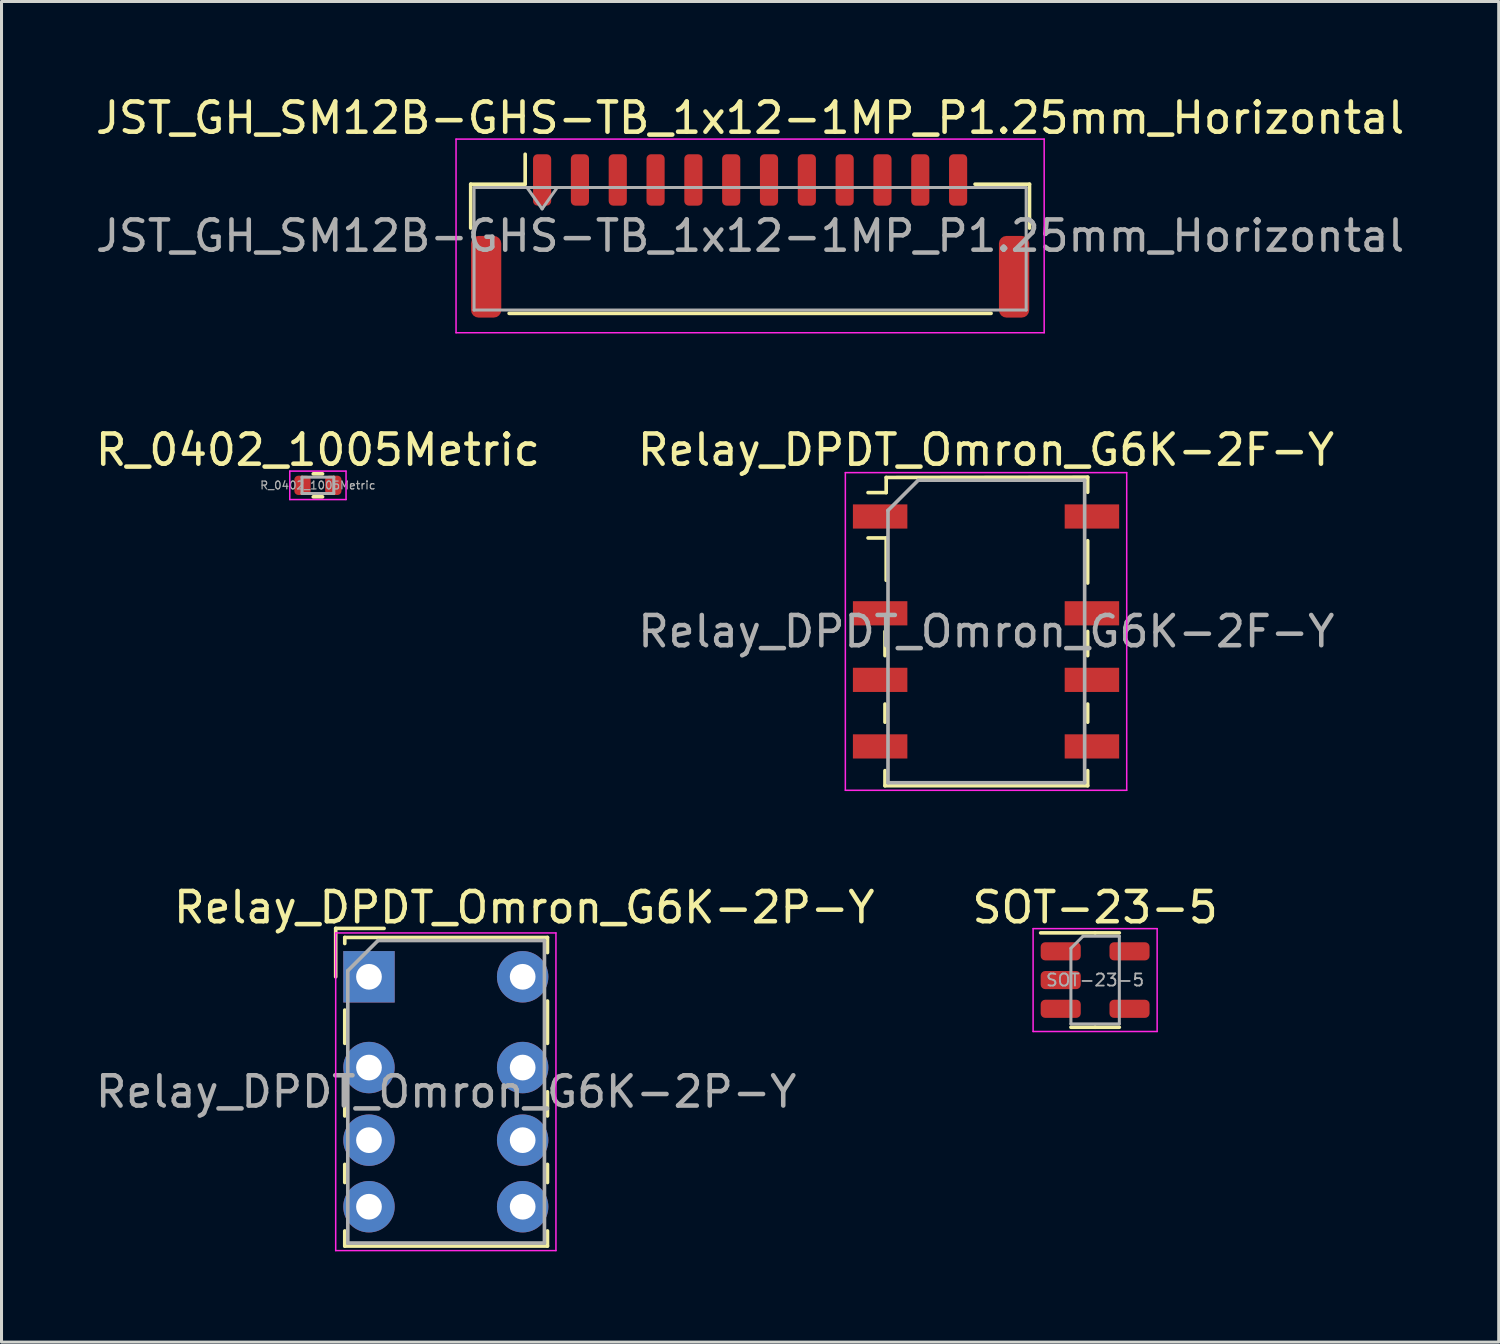
<source format=kicad_pcb>
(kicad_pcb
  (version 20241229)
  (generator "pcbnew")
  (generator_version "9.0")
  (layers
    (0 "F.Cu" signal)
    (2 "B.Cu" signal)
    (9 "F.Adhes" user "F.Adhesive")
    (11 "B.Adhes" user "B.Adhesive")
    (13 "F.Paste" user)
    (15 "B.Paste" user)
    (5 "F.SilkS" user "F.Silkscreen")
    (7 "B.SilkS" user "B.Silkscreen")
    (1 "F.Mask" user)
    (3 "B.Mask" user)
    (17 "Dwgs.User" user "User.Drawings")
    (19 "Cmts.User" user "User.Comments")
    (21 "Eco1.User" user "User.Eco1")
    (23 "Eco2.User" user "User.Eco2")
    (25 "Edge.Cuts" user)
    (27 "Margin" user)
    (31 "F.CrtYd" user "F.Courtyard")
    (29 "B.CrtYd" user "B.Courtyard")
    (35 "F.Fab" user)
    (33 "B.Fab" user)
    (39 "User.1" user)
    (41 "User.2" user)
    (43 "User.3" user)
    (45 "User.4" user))
  (footprint "R_0402_1005Metric"
    (layer "F.Cu")
    (at 7.458 12.992)
    (property "Reference" "R_0402_1005Metric" (at 0 -1.17 180) (layer "F.SilkS") (effects (font (size 1 1) (thickness 0.15))))
    (attr smd)
    (fp_line (start -0.154 -0.38) (end 0.154 -0.38) (stroke (width 0.12) (type solid)) (layer "F.SilkS"))
    (fp_line (start -0.154 0.38) (end 0.154 0.38) (stroke (width 0.12) (type solid)) (layer "F.SilkS"))
    (fp_line (start -0.93 -0.47) (end 0.93 -0.47) (stroke (width 0.05) (type solid)) (layer "F.CrtYd"))
    (fp_line (start -0.93 0.47) (end -0.93 -0.47) (stroke (width 0.05) (type solid)) (layer "F.CrtYd"))
    (fp_line (start 0.93 -0.47) (end 0.93 0.47) (stroke (width 0.05) (type solid)) (layer "F.CrtYd"))
    (fp_line (start 0.93 0.47) (end -0.93 0.47) (stroke (width 0.05) (type solid)) (layer "F.CrtYd"))
    (fp_line (start -0.525 -0.27) (end 0.525 -0.27) (stroke (width 0.1) (type solid)) (layer "F.Fab"))
    (fp_line (start -0.525 0.27) (end -0.525 -0.27) (stroke (width 0.1) (type solid)) (layer "F.Fab"))
    (fp_line (start 0.525 -0.27) (end 0.525 0.27) (stroke (width 0.1) (type solid)) (layer "F.Fab"))
    (fp_line (start 0.525 0.27) (end -0.525 0.27) (stroke (width 0.1) (type solid)) (layer "F.Fab"))
    (fp_text user "${REFERENCE}" (at 0 0 180) (layer "F.Fab") (effects (font (size 0.26 0.26) (thickness 0.04))))
    (pad "1" smd roundrect (at -0.51 0) (size 0.54 0.64) (layers "F.Cu" "F.Mask" "F.Paste") (roundrect_rratio 0.25))
    (pad "2" smd roundrect (at 0.51 0) (size 0.54 0.64) (layers "F.Cu" "F.Mask" "F.Paste") (roundrect_rratio 0.25)))
  (footprint "Relay_DPDT_Omron_G6K-2P-Y"
    (layer "F.Cu")
    (at 9.146 29.237)
    (property "Reference" "Relay_DPDT_Omron_G6K-2P-Y" (at 5.133 -2.292 180) (layer "F.SilkS") (effects (font (size 1 1) (thickness 0.15))))
    (attr through_hole)
    (fp_line (start -1.1 -1.6) (end 0.5 -1.6) (stroke (width 0.12) (type solid)) (layer "F.SilkS"))
    (fp_line (start -1.1 0) (end -1.1 -1.6) (stroke (width 0.12) (type solid)) (layer "F.SilkS"))
    (fp_line (start -0.8 -1.3) (end -0.8 -1.1) (stroke (width 0.12) (type solid)) (layer "F.SilkS"))
    (fp_line (start -0.8 -1.3) (end 5.9 -1.3) (stroke (width 0.12) (type solid)) (layer "F.SilkS"))
    (fp_line (start -0.8 2.2) (end -0.8 1.1) (stroke (width 0.12) (type solid)) (layer "F.SilkS"))
    (fp_line (start -0.8 4.6) (end -0.8 3.8) (stroke (width 0.12) (type solid)) (layer "F.SilkS"))
    (fp_line (start -0.8 6.8) (end -0.8 6.2) (stroke (width 0.12) (type solid)) (layer "F.SilkS"))
    (fp_line (start -0.8 8.9) (end -0.8 8.4) (stroke (width 0.12) (type solid)) (layer "F.SilkS"))
    (fp_line (start 5.9 -1.3) (end 5.9 -0.8) (stroke (width 0.12) (type solid)) (layer "F.SilkS"))
    (fp_line (start 5.9 0.8) (end 5.9 2.2) (stroke (width 0.12) (type solid)) (layer "F.SilkS"))
    (fp_line (start 5.9 3.8) (end 5.9 4.6) (stroke (width 0.12) (type solid)) (layer "F.SilkS"))
    (fp_line (start 5.9 6.2) (end 5.9 6.8) (stroke (width 0.12) (type solid)) (layer "F.SilkS"))
    (fp_line (start 5.9 8.4) (end 5.9 8.9) (stroke (width 0.12) (type solid)) (layer "F.SilkS"))
    (fp_line (start 5.9 8.9) (end -0.8 8.9) (stroke (width 0.12) (type solid)) (layer "F.SilkS"))
    (fp_line (start -1.1 -1.45) (end -1.1 9.05) (stroke (width 0.05) (type solid)) (layer "F.CrtYd"))
    (fp_line (start -1.1 -1.45) (end 6.18 -1.45) (stroke (width 0.05) (type solid)) (layer "F.CrtYd"))
    (fp_line (start 6.18 9.05) (end -1.1 9.05) (stroke (width 0.05) (type solid)) (layer "F.CrtYd"))
    (fp_line (start 6.18 9.05) (end 6.18 -1.45) (stroke (width 0.05) (type solid)) (layer "F.CrtYd"))
    (fp_line (start -0.7 -0.2) (end 0.3 -1.2) (stroke (width 0.12) (type solid)) (layer "F.Fab"))
    (fp_line (start -0.7 8.8) (end -0.7 -0.2) (stroke (width 0.12) (type solid)) (layer "F.Fab"))
    (fp_line (start 0.3 -1.2) (end 5.8 -1.2) (stroke (width 0.12) (type solid)) (layer "F.Fab"))
    (fp_line (start 5.8 -1.2) (end 5.8 8.8) (stroke (width 0.12) (type solid)) (layer "F.Fab"))
    (fp_line (start 5.8 8.8) (end -0.7 8.8) (stroke (width 0.12) (type solid)) (layer "F.Fab"))
    (fp_text user "${REFERENCE}" (at 2.55 3.8 180) (layer "F.Fab") (effects (font (size 1 1) (thickness 0.15))))
    (pad "1" thru_hole rect (at 0 0) (size 1.7 1.7) (drill 0.85) (layers "*.Cu" "*.Mask"))
    (pad "2" thru_hole circle (at 0 3) (size 1.7 1.7) (drill 0.85) (layers "*.Cu" "*.Mask"))
    (pad "3" thru_hole circle (at 0 5.4) (size 1.7 1.7) (drill 0.85) (layers "*.Cu" "*.Mask"))
    (pad "4" thru_hole circle (at 0 7.6) (size 1.7 1.7) (drill 0.85) (layers "*.Cu" "*.Mask"))
    (pad "5" thru_hole circle (at 5.08 7.6) (size 1.7 1.7) (drill 0.85) (layers "*.Cu" "*.Mask"))
    (pad "6" thru_hole circle (at 5.08 5.4) (size 1.7 1.7) (drill 0.85) (layers "*.Cu" "*.Mask"))
    (pad "7" thru_hole circle (at 5.08 3) (size 1.7 1.7) (drill 0.85) (layers "*.Cu" "*.Mask"))
    (pad "8" thru_hole circle (at 5.08 0) (size 1.7 1.7) (drill 0.85) (layers "*.Cu" "*.Mask")))
  (footprint "Relay_DPDT_Omron_G6K-2F-Y"
    (layer "F.Cu")
    (at 29.542 17.822)
    (property "Reference" "Relay_DPDT_Omron_G6K-2F-Y" (at 0 -6 0) (layer "F.SilkS") (effects (font (size 1 1) (thickness 0.15))))
    (attr smd)
    (fp_line (start -3.34 0.8) (end -3.34 0) (stroke (width 0.12) (type solid)) (layer "F.SilkS"))
    (fp_line (start -3.34 3) (end -3.34 2.4) (stroke (width 0.12) (type solid)) (layer "F.SilkS"))
    (fp_line (start -3.34 5.1) (end -3.34 4.6) (stroke (width 0.12) (type solid)) (layer "F.SilkS"))
    (fp_line (start -3.3 -5.09) (end -3.3 -4.59) (stroke (width 0.12) (type solid)) (layer "F.SilkS"))
    (fp_line (start -3.3 -5.09) (end 3.36 -5.1) (stroke (width 0.12) (type solid)) (layer "F.SilkS"))
    (fp_line (start -3.3 -4.59) (end -3.9 -4.59) (stroke (width 0.12) (type solid)) (layer "F.SilkS"))
    (fp_line (start -3.3 -3.09) (end -3.9 -3.09) (stroke (width 0.12) (type solid)) (layer "F.SilkS"))
    (fp_line (start -3.3 -1.69) (end -3.3 -3.09) (stroke (width 0.12) (type solid)) (layer "F.SilkS"))
    (fp_line (start 3.36 -5.1) (end 3.36 -4.6) (stroke (width 0.12) (type solid)) (layer "F.SilkS"))
    (fp_line (start 3.36 -3) (end 3.36 -1.6) (stroke (width 0.12) (type solid)) (layer "F.SilkS"))
    (fp_line (start 3.36 0) (end 3.36 0.8) (stroke (width 0.12) (type solid)) (layer "F.SilkS"))
    (fp_line (start 3.36 2.4) (end 3.36 3) (stroke (width 0.12) (type solid)) (layer "F.SilkS"))
    (fp_line (start 3.36 4.6) (end 3.36 5.1) (stroke (width 0.12) (type solid)) (layer "F.SilkS"))
    (fp_line (start 3.36 5.1) (end -3.34 5.1) (stroke (width 0.12) (type solid)) (layer "F.SilkS"))
    (fp_line (start -4.65 -5.25) (end -4.65 5.25) (stroke (width 0.05) (type solid)) (layer "F.CrtYd"))
    (fp_line (start -4.65 -5.25) (end 4.65 -5.25) (stroke (width 0.05) (type solid)) (layer "F.CrtYd"))
    (fp_line (start 4.65 5.25) (end -4.65 5.25) (stroke (width 0.05) (type solid)) (layer "F.CrtYd"))
    (fp_line (start 4.65 5.25) (end 4.65 -5.25) (stroke (width 0.05) (type solid)) (layer "F.CrtYd"))
    (fp_line (start -3.24 -4) (end -2.24 -5) (stroke (width 0.12) (type solid)) (layer "F.Fab"))
    (fp_line (start -3.24 5) (end -3.24 -4) (stroke (width 0.12) (type solid)) (layer "F.Fab"))
    (fp_line (start -2.24 -5) (end 3.26 -5) (stroke (width 0.12) (type solid)) (layer "F.Fab"))
    (fp_line (start 3.26 -5) (end 3.26 5) (stroke (width 0.12) (type solid)) (layer "F.Fab"))
    (fp_line (start 3.26 5) (end -3.24 5) (stroke (width 0.12) (type solid)) (layer "F.Fab"))
    (fp_text user "${REFERENCE}" (at 0.01 0 0) (layer "F.Fab") (effects (font (size 1 1) (thickness 0.15))))
    (pad "1" smd rect (at -3.5 -3.8) (size 1.8 0.8) (layers "F.Cu" "F.Mask" "F.Paste"))
    (pad "2" smd rect (at -3.5 -0.6) (size 1.8 0.8) (layers "F.Cu" "F.Mask" "F.Paste"))
    (pad "3" smd rect (at -3.5 1.6) (size 1.8 0.8) (layers "F.Cu" "F.Mask" "F.Paste"))
    (pad "4" smd rect (at -3.5 3.8) (size 1.8 0.8) (layers "F.Cu" "F.Mask" "F.Paste"))
    (pad "5" smd rect (at 3.5 3.8) (size 1.8 0.8) (layers "F.Cu" "F.Mask" "F.Paste"))
    (pad "6" smd rect (at 3.5 1.6) (size 1.8 0.8) (layers "F.Cu" "F.Mask" "F.Paste"))
    (pad "7" smd rect (at 3.5 -0.6) (size 1.8 0.8) (layers "F.Cu" "F.Mask" "F.Paste"))
    (pad "8" smd rect (at 3.5 -3.8) (size 1.8 0.8) (layers "F.Cu" "F.Mask" "F.Paste")))
  (footprint "SOT-23-5"
    (layer "F.Cu")
    (at 33.148 29.345)
    (property "Reference" "SOT-23-5" (at 0 -2.4 180) (layer "F.SilkS") (effects (font (size 1 1) (thickness 0.15))))
    (attr smd)
    (fp_line (start 0 -1.56) (end -1.8 -1.56) (stroke (width 0.12) (type solid)) (layer "F.SilkS"))
    (fp_line (start 0 -1.56) (end 0.8 -1.56) (stroke (width 0.12) (type solid)) (layer "F.SilkS"))
    (fp_line (start 0 1.56) (end -0.8 1.56) (stroke (width 0.12) (type solid)) (layer "F.SilkS"))
    (fp_line (start 0 1.56) (end 0.8 1.56) (stroke (width 0.12) (type solid)) (layer "F.SilkS"))
    (fp_line (start -2.05 -1.7) (end -2.05 1.7) (stroke (width 0.05) (type solid)) (layer "F.CrtYd"))
    (fp_line (start -2.05 1.7) (end 2.05 1.7) (stroke (width 0.05) (type solid)) (layer "F.CrtYd"))
    (fp_line (start 2.05 -1.7) (end -2.05 -1.7) (stroke (width 0.05) (type solid)) (layer "F.CrtYd"))
    (fp_line (start 2.05 1.7) (end 2.05 -1.7) (stroke (width 0.05) (type solid)) (layer "F.CrtYd"))
    (fp_line (start -0.8 -1.05) (end -0.4 -1.45) (stroke (width 0.1) (type solid)) (layer "F.Fab"))
    (fp_line (start -0.8 1.45) (end -0.8 -1.05) (stroke (width 0.1) (type solid)) (layer "F.Fab"))
    (fp_line (start -0.4 -1.45) (end 0.8 -1.45) (stroke (width 0.1) (type solid)) (layer "F.Fab"))
    (fp_line (start 0.8 -1.45) (end 0.8 1.45) (stroke (width 0.1) (type solid)) (layer "F.Fab"))
    (fp_line (start 0.8 1.45) (end -0.8 1.45) (stroke (width 0.1) (type solid)) (layer "F.Fab"))
    (fp_text user "${REFERENCE}" (at 0 0 180) (layer "F.Fab") (effects (font (size 0.4 0.4) (thickness 0.06))))
    (pad "1" smd roundrect (at -1.137 -0.95) (size 1.325 0.6) (layers "F.Cu" "F.Mask" "F.Paste") (roundrect_rratio 0.25))
    (pad "2" smd roundrect (at -1.137 0) (size 1.325 0.6) (layers "F.Cu" "F.Mask" "F.Paste") (roundrect_rratio 0.25))
    (pad "3" smd roundrect (at -1.137 0.95) (size 1.325 0.6) (layers "F.Cu" "F.Mask" "F.Paste") (roundrect_rratio 0.25))
    (pad "4" smd roundrect (at 1.137 0.95) (size 1.325 0.6) (layers "F.Cu" "F.Mask" "F.Paste") (roundrect_rratio 0.25))
    (pad "5" smd roundrect (at 1.137 -0.95) (size 1.325 0.6) (layers "F.Cu" "F.Mask" "F.Paste") (roundrect_rratio 0.25)))
  (footprint "JST_GH_SM12B-GHS-TB_1x12-1MP_P1.25mm_Horizontal"
    (layer "F.Cu")
    (at 21.744 4.748)
    (property "Reference" "JST_GH_SM12B-GHS-TB_1x12-1MP_P1.25mm_Horizontal" (at 0 -3.9 0) (layer "F.SilkS") (effects (font (size 1 1) (thickness 0.15))))
    (attr smd)
    (fp_line (start -9.235 -1.71) (end -7.435 -1.71) (stroke (width 0.12) (type solid)) (layer "F.SilkS"))
    (fp_line (start -9.235 -0.26) (end -9.235 -1.71) (stroke (width 0.12) (type solid)) (layer "F.SilkS"))
    (fp_line (start -7.965 2.56) (end 7.965 2.56) (stroke (width 0.12) (type solid)) (layer "F.SilkS"))
    (fp_line (start -7.435 -1.71) (end -7.435 -2.7) (stroke (width 0.12) (type solid)) (layer "F.SilkS"))
    (fp_line (start 9.235 -1.71) (end 7.435 -1.71) (stroke (width 0.12) (type solid)) (layer "F.SilkS"))
    (fp_line (start 9.235 -0.26) (end 9.235 -1.71) (stroke (width 0.12) (type solid)) (layer "F.SilkS"))
    (fp_line (start -9.72 -3.2) (end -9.72 3.2) (stroke (width 0.05) (type solid)) (layer "F.CrtYd"))
    (fp_line (start -9.72 3.2) (end 9.72 3.2) (stroke (width 0.05) (type solid)) (layer "F.CrtYd"))
    (fp_line (start 9.72 -3.2) (end -9.72 -3.2) (stroke (width 0.05) (type solid)) (layer "F.CrtYd"))
    (fp_line (start 9.72 3.2) (end 9.72 -3.2) (stroke (width 0.05) (type solid)) (layer "F.CrtYd"))
    (fp_line (start -9.125 -1.6) (end -9.125 2.45) (stroke (width 0.1) (type solid)) (layer "F.Fab"))
    (fp_line (start -9.125 -1.6) (end 9.125 -1.6) (stroke (width 0.1) (type solid)) (layer "F.Fab"))
    (fp_line (start -9.125 2.45) (end 9.125 2.45) (stroke (width 0.1) (type solid)) (layer "F.Fab"))
    (fp_line (start -7.375 -1.6) (end -6.875 -0.893) (stroke (width 0.1) (type solid)) (layer "F.Fab"))
    (fp_line (start -6.875 -0.893) (end -6.375 -1.6) (stroke (width 0.1) (type solid)) (layer "F.Fab"))
    (fp_line (start 9.125 -1.6) (end 9.125 2.45) (stroke (width 0.1) (type solid)) (layer "F.Fab"))
    (fp_text user "${REFERENCE}" (at 0 0 0) (layer "F.Fab") (effects (font (size 1 1) (thickness 0.15))))
    (pad "1" smd roundrect (at -6.875 -1.85) (size 0.6 1.7) (layers "F.Cu" "F.Mask" "F.Paste") (roundrect_rratio 0.25))
    (pad "2" smd roundrect (at -5.625 -1.85) (size 0.6 1.7) (layers "F.Cu" "F.Mask" "F.Paste") (roundrect_rratio 0.25))
    (pad "3" smd roundrect (at -4.375 -1.85) (size 0.6 1.7) (layers "F.Cu" "F.Mask" "F.Paste") (roundrect_rratio 0.25))
    (pad "4" smd roundrect (at -3.125 -1.85) (size 0.6 1.7) (layers "F.Cu" "F.Mask" "F.Paste") (roundrect_rratio 0.25))
    (pad "5" smd roundrect (at -1.875 -1.85) (size 0.6 1.7) (layers "F.Cu" "F.Mask" "F.Paste") (roundrect_rratio 0.25))
    (pad "6" smd roundrect (at -0.625 -1.85) (size 0.6 1.7) (layers "F.Cu" "F.Mask" "F.Paste") (roundrect_rratio 0.25))
    (pad "7" smd roundrect (at 0.625 -1.85) (size 0.6 1.7) (layers "F.Cu" "F.Mask" "F.Paste") (roundrect_rratio 0.25))
    (pad "8" smd roundrect (at 1.875 -1.85) (size 0.6 1.7) (layers "F.Cu" "F.Mask" "F.Paste") (roundrect_rratio 0.25))
    (pad "9" smd roundrect (at 3.125 -1.85) (size 0.6 1.7) (layers "F.Cu" "F.Mask" "F.Paste") (roundrect_rratio 0.25))
    (pad "10" smd roundrect (at 4.375 -1.85) (size 0.6 1.7) (layers "F.Cu" "F.Mask" "F.Paste") (roundrect_rratio 0.25))
    (pad "11" smd roundrect (at 5.625 -1.85) (size 0.6 1.7) (layers "F.Cu" "F.Mask" "F.Paste") (roundrect_rratio 0.25))
    (pad "12" smd roundrect (at 6.875 -1.85) (size 0.6 1.7) (layers "F.Cu" "F.Mask" "F.Paste") (roundrect_rratio 0.25))
    (pad "MP" smd roundrect (at -8.725 1.35) (size 1 2.7) (layers "F.Cu" "F.Mask" "F.Paste") (roundrect_rratio 0.25))
    (pad "MP" smd roundrect (at 8.725 1.35) (size 1 2.7) (layers "F.Cu" "F.Mask" "F.Paste") (roundrect_rratio 0.25)))
  (gr_rect
    (start -3 -3)
    (end 46.488 41.312)
    (stroke (width 0.1) (type default))
    (fill no)
    (layer "Edge.Cuts")))
</source>
